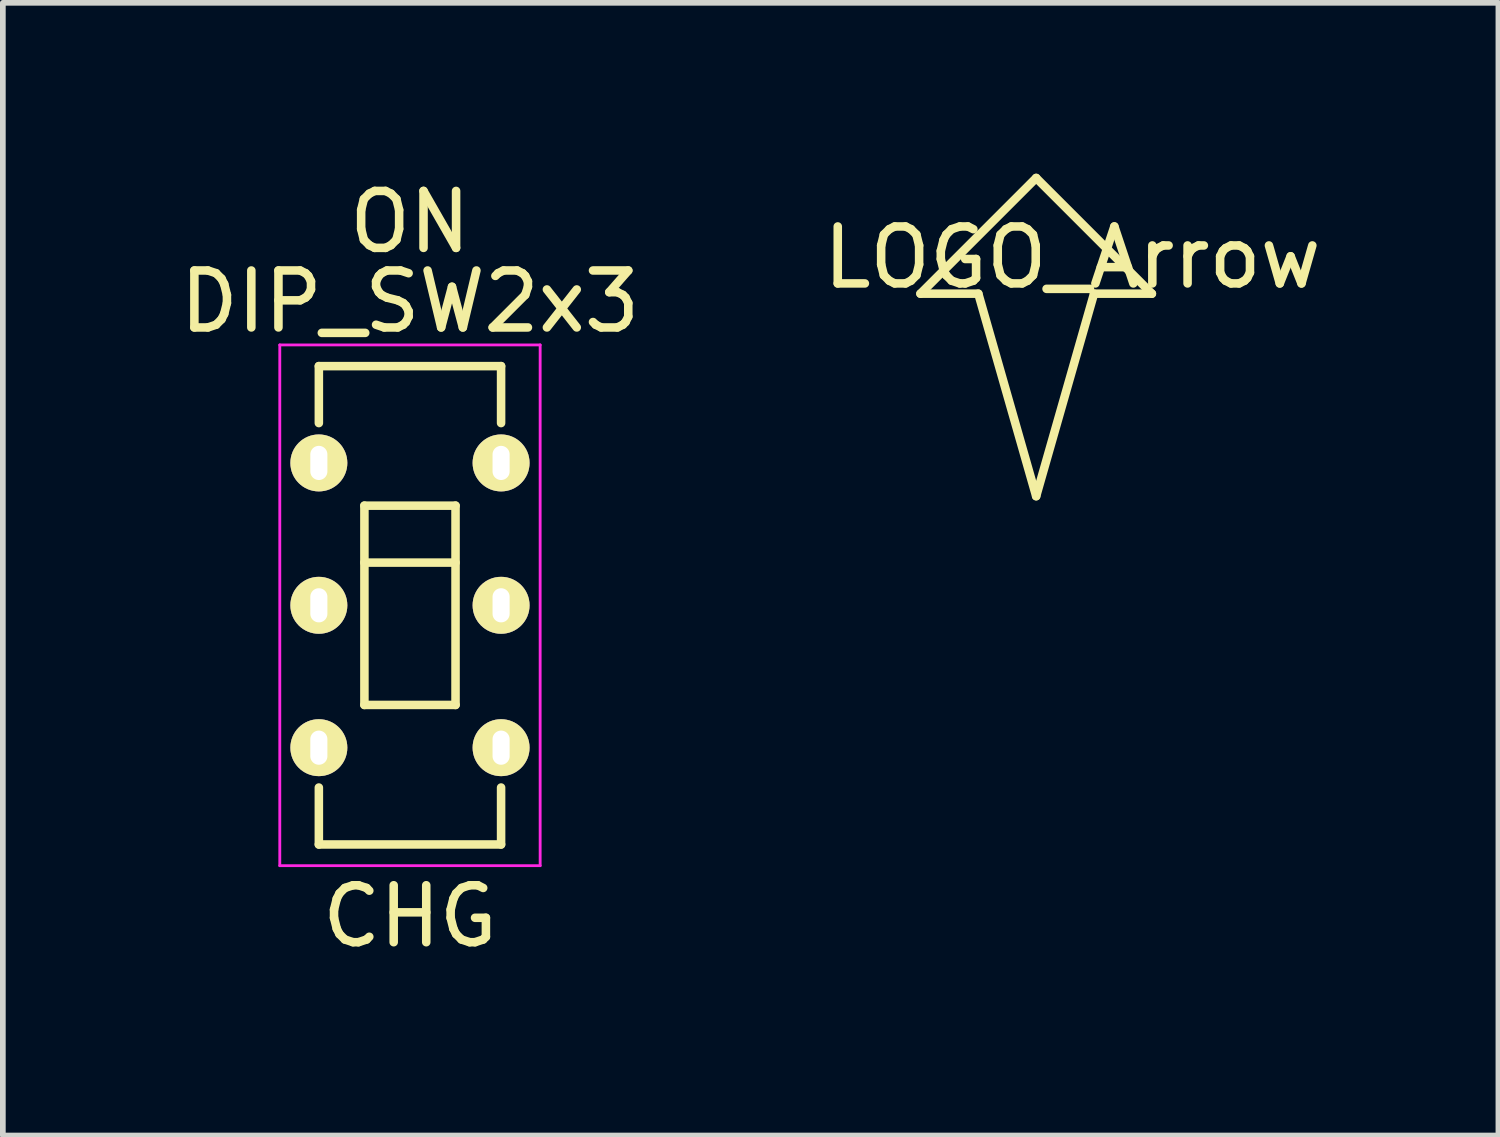
<source format=kicad_pcb>
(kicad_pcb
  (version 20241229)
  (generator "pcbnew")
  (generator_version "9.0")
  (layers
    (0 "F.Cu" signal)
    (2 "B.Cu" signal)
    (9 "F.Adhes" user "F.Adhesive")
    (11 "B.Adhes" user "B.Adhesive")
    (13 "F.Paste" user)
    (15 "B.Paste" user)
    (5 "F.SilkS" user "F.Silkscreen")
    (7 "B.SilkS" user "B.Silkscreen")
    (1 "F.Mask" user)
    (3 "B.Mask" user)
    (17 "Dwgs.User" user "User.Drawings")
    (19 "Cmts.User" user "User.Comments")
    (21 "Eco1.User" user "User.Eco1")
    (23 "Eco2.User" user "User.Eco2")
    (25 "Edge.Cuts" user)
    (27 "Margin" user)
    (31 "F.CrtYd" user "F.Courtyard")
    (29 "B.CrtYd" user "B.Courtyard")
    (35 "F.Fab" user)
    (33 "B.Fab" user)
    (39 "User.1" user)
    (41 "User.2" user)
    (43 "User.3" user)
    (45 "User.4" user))
  (footprint "DIP_SW2x3"
    (layer "F.Cu")
    (at 4.149 7.579)
    (property "Reference" "DIP_SW2x3" (at 0 -5.334 0) (layer "F.SilkS") (effects (font (size 1 1) (thickness 0.15))))
    (attr through_hole)
    (fp_line (start -1.6 -4.2) (end -1.6 -3.2) (stroke (width 0.15) (type solid)) (layer "F.SilkS"))
    (fp_line (start -1.6 -4.2) (end 1.6 -4.2) (stroke (width 0.15) (type solid)) (layer "F.SilkS"))
    (fp_line (start -1.6 4.2) (end -1.6 3.2) (stroke (width 0.15) (type solid)) (layer "F.SilkS"))
    (fp_line (start -1.6 4.2) (end 1.6 4.2) (stroke (width 0.15) (type solid)) (layer "F.SilkS"))
    (fp_line (start -0.8 -1.75) (end -0.8 1.75) (stroke (width 0.15) (type solid)) (layer "F.SilkS"))
    (fp_line (start -0.8 -0.75) (end 0.8 -0.75) (stroke (width 0.15) (type solid)) (layer "F.SilkS"))
    (fp_line (start -0.8 1.75) (end 0.8 1.75) (stroke (width 0.15) (type solid)) (layer "F.SilkS"))
    (fp_line (start 0.8 -1.75) (end -0.8 -1.75) (stroke (width 0.15) (type solid)) (layer "F.SilkS"))
    (fp_line (start 0.8 1.75) (end 0.8 -1.75) (stroke (width 0.15) (type solid)) (layer "F.SilkS"))
    (fp_line (start 1.6 -4.2) (end 1.6 -3.2) (stroke (width 0.15) (type solid)) (layer "F.SilkS"))
    (fp_line (start 1.6 4.2) (end 1.6 3.2) (stroke (width 0.15) (type solid)) (layer "F.SilkS"))
    (fp_line (start -2.286 -4.572) (end -2.286 4.572) (stroke (width 0.05) (type solid)) (layer "F.CrtYd"))
    (fp_line (start -2.286 4.572) (end 2.286 4.572) (stroke (width 0.05) (type solid)) (layer "F.CrtYd"))
    (fp_line (start 2.286 -4.572) (end -2.286 -4.572) (stroke (width 0.05) (type solid)) (layer "F.CrtYd"))
    (fp_line (start 2.286 4.572) (end 2.286 -4.572) (stroke (width 0.05) (type solid)) (layer "F.CrtYd"))
    (fp_text user "ON" (at 0 -6.731 0) (layer "F.SilkS") (effects (font (size 1 1) (thickness 0.15))))
    (fp_text user "CHG" (at 0 5.461 0) (layer "F.SilkS") (effects (font (size 1 1) (thickness 0.15))))
    (pad "1" thru_hole circle (at -1.6 -2.5) (size 1 1) (drill oval 0.3 0.6) (layers "*.Cu" "*.Mask" "F.SilkS"))
    (pad "2" thru_hole circle (at -1.6 0) (size 1 1) (drill oval 0.3 0.6) (layers "*.Cu" "*.Mask" "F.SilkS"))
    (pad "3" thru_hole circle (at -1.6 2.5) (size 1 1) (drill oval 0.3 0.6) (layers "*.Cu" "*.Mask" "F.SilkS"))
    (pad "4" thru_hole circle (at 1.6 2.5) (size 1 1) (drill oval 0.3 0.6) (layers "*.Cu" "*.Mask" "F.SilkS"))
    (pad "5" thru_hole circle (at 1.6 0) (size 1 1) (drill oval 0.3 0.6) (layers "*.Cu" "*.Mask" "F.SilkS"))
    (pad "6" thru_hole circle (at 1.6 -2.5) (size 1 1) (drill oval 0.3 0.6) (layers "*.Cu" "*.Mask" "F.SilkS")))
  (footprint "LOGO_Arrow"
    (layer "F.Cu")
    (at 15.145 2.107)
    (property "Reference" "LOGO_Arrow" (at 0.635 -0.635 0) (layer "F.SilkS") (effects (font (size 1 1) (thickness 0.15))))
    (attr through_hole)
    (fp_line (start -2.032 0) (end -1.016 0) (stroke (width 0.15) (type solid)) (layer "F.SilkS"))
    (fp_line (start -1.016 0) (end 0 3.556) (stroke (width 0.15) (type solid)) (layer "F.SilkS"))
    (fp_line (start 0 -2.032) (end -2.032 0) (stroke (width 0.15) (type solid)) (layer "F.SilkS"))
    (fp_line (start 0 -2.032) (end 2.032 0) (stroke (width 0.15) (type solid)) (layer "F.SilkS"))
    (fp_line (start 0 3.556) (end 1.016 0) (stroke (width 0.15) (type solid)) (layer "F.SilkS"))
    (fp_line (start 2.032 0) (end 1.016 0) (stroke (width 0.15) (type solid)) (layer "F.SilkS")))
  (gr_rect
    (start -3 -3)
    (end 23.262 16.889)
    (stroke (width 0.1) (type default))
    (fill no)
    (layer "Edge.Cuts")))
</source>
